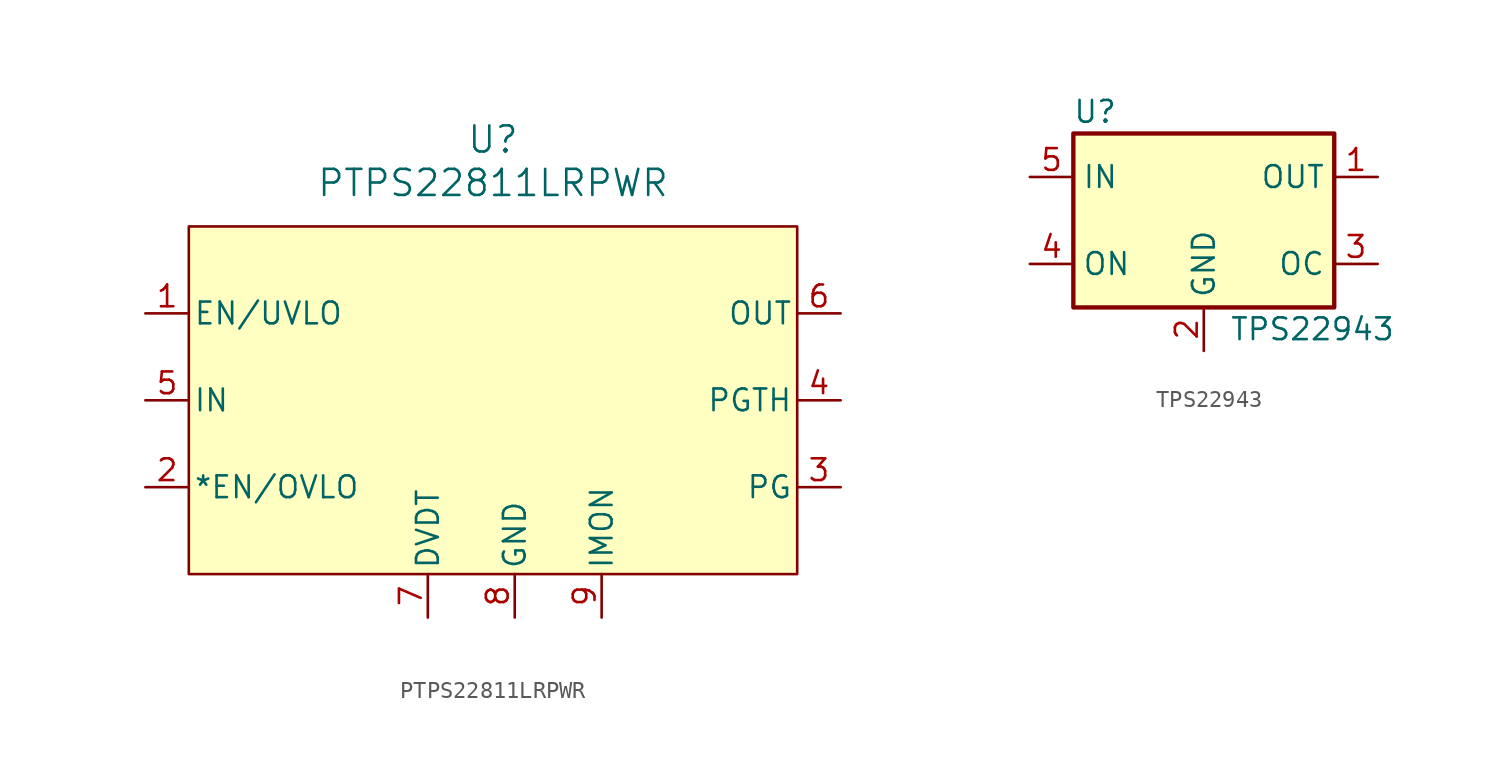
<source format=kicad_sym>
(kicad_symbol_lib
  (version 20241209)
  (generator "kicad_symbol_editor")
  (generator_version "9.0")
  (symbol "PTPS22811LRPWR"
    (pin_names
      (offset 0.254))
    (property "Reference" "U"
      (at 25.4 10.16 0)
      (effects (font (size 1.524 1.524))))
    (property "Value" "PTPS22811LRPWR"
      (at 25.4 7.62 0)
      (effects (font (size 1.524 1.524))))
    (symbol "PTPS22811LRPWR_0_1"
      (pin input line (at 5.08 0 0) (length 2.54) (name "EN/UVLO" (effects (font (size 1.27 1.27)))) (number "1" (effects (font (size 1.27 1.27)))))
      (pin power_in line (at 5.08 -5.08 0) (length 2.54) (name "IN" (effects (font (size 1.27 1.27)))) (number "5" (effects (font (size 1.27 1.27)))))
      (pin input line (at 5.08 -10.16 0) (length 2.54) (name "*EN/OVLO" (effects (font (size 1.27 1.27)))) (number "2" (effects (font (size 1.27 1.27)))))
      (pin output line (at 21.59 -17.78 90) (length 2.54) (name "DVDT" (effects (font (size 1.27 1.27)))) (number "7" (effects (font (size 1.27 1.27)))))
      (pin power_out line (at 26.67 -17.78 90) (length 2.54) (name "GND" (effects (font (size 1.27 1.27)))) (number "8" (effects (font (size 1.27 1.27)))))
      (pin no_connect line (at 30.48 2.54 180) (length 7.62) (hide yes) (name "DNC" (effects (font (size 1.27 1.27)))) (number "10" (effects (font (size 1.27 1.27)))))
      (pin output line (at 31.75 -17.78 90) (length 2.54) (name "IMON" (effects (font (size 1.27 1.27)))) (number "9" (effects (font (size 1.27 1.27)))))
      (pin power_in line (at 45.72 0 180) (length 2.54) (name "OUT" (effects (font (size 1.27 1.27)))) (number "6" (effects (font (size 1.27 1.27)))))
      (pin input line (at 45.72 -5.08 180) (length 2.54) (name "PGTH" (effects (font (size 1.27 1.27)))) (number "4" (effects (font (size 1.27 1.27)))))
      (pin output line (at 45.72 -10.16 180) (length 2.54) (name "PG" (effects (font (size 1.27 1.27)))) (number "3" (effects (font (size 1.27 1.27))))))
    (symbol "PTPS22811LRPWR_1_1"
      (rectangle (start 7.62 5.08) (end 43.18 -15.24) (stroke (width 0) (type solid)) (fill (type color) (color 255 255 194 1)))))
  (symbol "TPS22943"
    (property "Reference" "U"
      (at -6.35 6.35 0)
      (effects (font (size 1.27 1.27))))
    (property "Value" "TPS22943"
      (at 6.35 -6.35 0)
      (effects (font (size 1.27 1.27))))
    (symbol "TPS22943_0_1"
      (rectangle (start -7.62 5.08) (end 7.62 -5.08) (stroke (width 0.254) (type default)) (fill (type background))))
    (symbol "TPS22943_1_1"
      (pin power_in line (at -10.16 2.54 0) (length 2.54) (name "IN" (effects (font (size 1.27 1.27)))) (number "5" (effects (font (size 1.27 1.27)))))
      (pin input line (at -10.16 -2.54 0) (length 2.54) (name "ON" (effects (font (size 1.27 1.27)))) (number "4" (effects (font (size 1.27 1.27)))))
      (pin power_in line (at 0 -7.62 90) (length 2.54) (name "GND" (effects (font (size 1.27 1.27)))) (number "2" (effects (font (size 1.27 1.27)))))
      (pin power_out line (at 10.16 2.54 180) (length 2.54) (name "OUT" (effects (font (size 1.27 1.27)))) (number "1" (effects (font (size 1.27 1.27)))))
      (pin output line (at 10.16 -2.54 180) (length 2.54) (name "OC" (effects (font (size 1.27 1.27)))) (number "3" (effects (font (size 1.27 1.27))))))))
</source>
